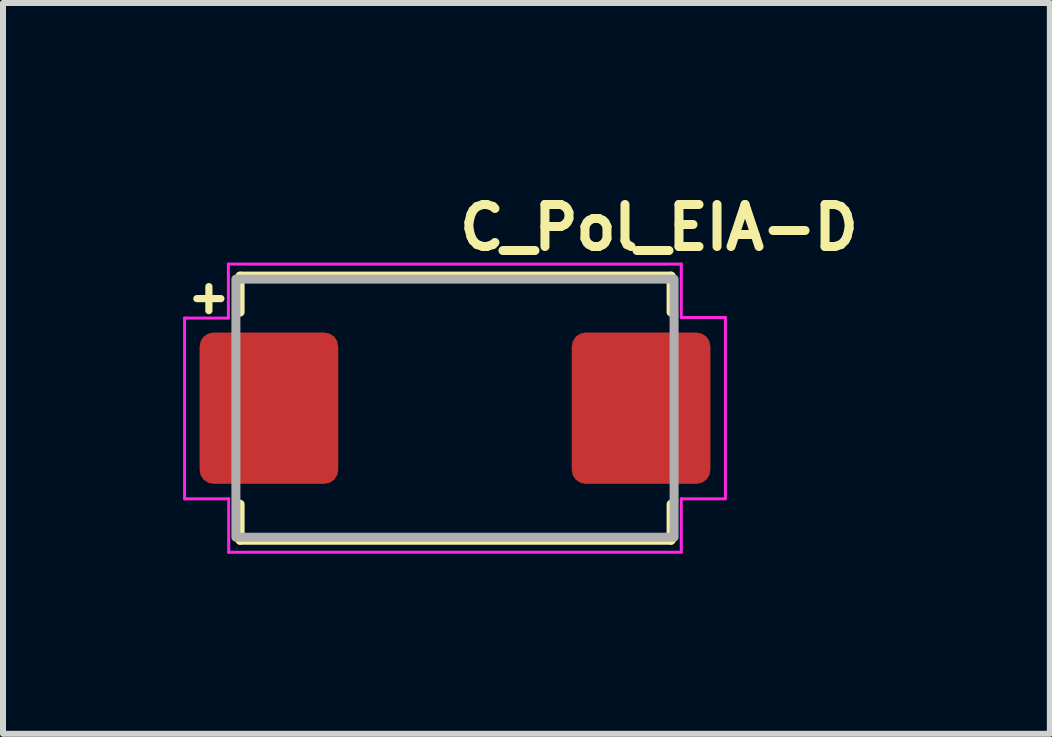
<source format=kicad_pcb>
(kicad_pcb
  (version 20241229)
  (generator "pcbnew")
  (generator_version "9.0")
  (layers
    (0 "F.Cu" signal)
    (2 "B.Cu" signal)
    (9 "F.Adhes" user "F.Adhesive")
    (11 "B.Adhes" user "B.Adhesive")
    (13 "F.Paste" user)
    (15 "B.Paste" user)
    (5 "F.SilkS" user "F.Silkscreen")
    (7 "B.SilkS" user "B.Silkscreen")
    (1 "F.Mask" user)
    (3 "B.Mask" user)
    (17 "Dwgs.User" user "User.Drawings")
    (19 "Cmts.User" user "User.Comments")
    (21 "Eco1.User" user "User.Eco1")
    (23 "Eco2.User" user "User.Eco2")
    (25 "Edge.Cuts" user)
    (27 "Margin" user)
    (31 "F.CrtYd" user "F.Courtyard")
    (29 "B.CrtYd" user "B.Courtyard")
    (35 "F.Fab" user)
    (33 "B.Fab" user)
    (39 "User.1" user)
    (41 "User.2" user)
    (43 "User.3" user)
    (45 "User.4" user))
  (footprint "C_Pol_EIA-D"
    (layer "F.Cu")
    (at 4.53 3.75)
    (property "Reference" "C_Pol_EIA-D" (at 0 -2.6 0) (layer "F.SilkS") (effects (font (size 0.7 0.7) (thickness 0.15)) (justify left bottom)))
    (attr smd)
    (fp_line (start -4.3 -1.825) (end -3.9 -1.825) (stroke (width 0.12) (type solid)) (layer "F.SilkS"))
    (fp_line (start -4.1 -2.025) (end -4.1 -1.625) (stroke (width 0.12) (type solid)) (layer "F.SilkS"))
    (fp_line (start -3.58 -2.2) (end 3.6 -2.2) (stroke (width 0.15) (type solid)) (layer "F.SilkS"))
    (fp_line (start -3.58 -1.6) (end -3.58 -2.2) (stroke (width 0.15) (type solid)) (layer "F.SilkS"))
    (fp_line (start -3.58 2.2) (end -3.58 1.6) (stroke (width 0.15) (type solid)) (layer "F.SilkS"))
    (fp_line (start 3.6 -2.2) (end 3.6 -1.6) (stroke (width 0.15) (type solid)) (layer "F.SilkS"))
    (fp_line (start 3.6 1.6) (end 3.6 2.2) (stroke (width 0.15) (type solid)) (layer "F.SilkS"))
    (fp_line (start 3.6 2.2) (end -3.58 2.2) (stroke (width 0.15) (type solid)) (layer "F.SilkS"))
    (fp_line (start -4.505 1.51) (end -4.505 -1.5) (stroke (width 0.05) (type solid)) (layer "F.CrtYd"))
    (fp_line (start -3.775 -2.4) (end -3.775 -1.5) (stroke (width 0.05) (type solid)) (layer "F.CrtYd"))
    (fp_line (start -3.775 -2.4) (end 3.77 -2.4) (stroke (width 0.05) (type solid)) (layer "F.CrtYd"))
    (fp_line (start -3.775 -1.5) (end -4.505 -1.5) (stroke (width 0.05) (type solid)) (layer "F.CrtYd"))
    (fp_line (start -3.77 1.51) (end -4.505 1.51) (stroke (width 0.05) (type solid)) (layer "F.CrtYd"))
    (fp_line (start -3.77 2.4) (end -3.77 1.51) (stroke (width 0.05) (type solid)) (layer "F.CrtYd"))
    (fp_line (start 3.77 -2.4) (end 3.77 -1.51) (stroke (width 0.05) (type solid)) (layer "F.CrtYd"))
    (fp_line (start 3.77 -1.51) (end 4.505 -1.51) (stroke (width 0.05) (type solid)) (layer "F.CrtYd"))
    (fp_line (start 3.77 1.51) (end 3.77 2.4) (stroke (width 0.05) (type solid)) (layer "F.CrtYd"))
    (fp_line (start 3.77 2.4) (end -3.77 2.4) (stroke (width 0.05) (type solid)) (layer "F.CrtYd"))
    (fp_line (start 4.505 -1.51) (end 4.505 1.5) (stroke (width 0.05) (type solid)) (layer "F.CrtYd"))
    (fp_line (start 4.505 1.51) (end 3.77 1.51) (stroke (width 0.05) (type solid)) (layer "F.CrtYd"))
    (fp_rect (start -3.65 -2.15) (end 3.65 2.15) (stroke (width 0.15) (type solid)) (fill no) (layer "F.Fab"))
    (fp_rect (start -3.65 -2.15) (end 3.65 2.15) (stroke (width 0.1) (type solid)) (fill no) (layer "User.5"))
    (fp_rect (start -3.65 -2.15) (end 3.65 2.15) (stroke (width 0.15) (type solid)) (fill no) (layer "User.5"))
    (fp_line (start -3.65 1.199) (end -3.65 -1.2) (stroke (width 0.02) (type solid)) (layer "User.9"))
    (fp_line (start -3.519 -2.149) (end -3.519 2.148) (stroke (width 0.02) (type solid)) (layer "User.9"))
    (fp_line (start -3.519 -1.2) (end -3.65 -1.2) (stroke (width 0.02) (type solid)) (layer "User.9"))
    (fp_line (start -3.519 1.199) (end -3.65 1.199) (stroke (width 0.02) (type solid)) (layer "User.9"))
    (fp_line (start -3.519 1.199) (end -3.519 -1.2) (stroke (width 0.02) (type solid)) (layer "User.9"))
    (fp_line (start -3.519 2.148) (end 3.519 2.148) (stroke (width 0.02) (type solid)) (layer "User.9"))
    (fp_line (start -3.333 -1.964) (end -3.519 -2.149) (stroke (width 0.02) (type solid)) (layer "User.9"))
    (fp_line (start -3.333 -1.964) (end -3.333 1.961) (stroke (width 0.02) (type solid)) (layer "User.9"))
    (fp_line (start -3.333 1.961) (end -3.519 2.148) (stroke (width 0.02) (type solid)) (layer "User.9"))
    (fp_line (start -3.333 1.961) (end 3.333 1.961) (stroke (width 0.02) (type solid)) (layer "User.9"))
    (fp_line (start -3.089 -1.8) (end -3.089 -0.14) (stroke (width 0.02) (type solid)) (layer "User.9"))
    (fp_line (start -3.089 0.14) (end -3.089 1.8) (stroke (width 0.02) (type solid)) (layer "User.9"))
    (fp_line (start -3.089 1.8) (end -2.589 1.8) (stroke (width 0.02) (type solid)) (layer "User.9"))
    (fp_line (start -2.589 -1.8) (end -3.089 -1.8) (stroke (width 0.02) (type solid)) (layer "User.9"))
    (fp_line (start -2.589 -0.14) (end -2.589 -1.8) (stroke (width 0.02) (type solid)) (layer "User.9"))
    (fp_line (start -2.589 1.8) (end -2.589 0.14) (stroke (width 0.02) (type solid)) (layer "User.9"))
    (fp_line (start 3.333 -1.964) (end -3.333 -1.964) (stroke (width 0.02) (type solid)) (layer "User.9"))
    (fp_line (start 3.333 -1.964) (end 3.519 -2.149) (stroke (width 0.02) (type solid)) (layer "User.9"))
    (fp_line (start 3.333 1.961) (end 3.333 -1.964) (stroke (width 0.02) (type solid)) (layer "User.9"))
    (fp_line (start 3.333 1.961) (end 3.519 2.148) (stroke (width 0.02) (type solid)) (layer "User.9"))
    (fp_line (start 3.519 -2.149) (end -3.519 -2.149) (stroke (width 0.02) (type solid)) (layer "User.9"))
    (fp_line (start 3.519 -1.2) (end 3.649 -1.2) (stroke (width 0.02) (type solid)) (layer "User.9"))
    (fp_line (start 3.519 1.199) (end 3.519 -1.2) (stroke (width 0.02) (type solid)) (layer "User.9"))
    (fp_line (start 3.519 1.199) (end 3.649 1.199) (stroke (width 0.02) (type solid)) (layer "User.9"))
    (fp_line (start 3.519 2.148) (end 3.519 -2.149) (stroke (width 0.02) (type solid)) (layer "User.9"))
    (fp_line (start 3.649 1.199) (end 3.649 -1.2) (stroke (width 0.02) (type solid)) (layer "User.9"))
    (fp_arc (start -3.089 -0.14) (mid -2.839 -0.234) (end -2.589 -0.14) (stroke (width 0.02) (type solid)) (layer "User.9"))
    (fp_arc (start -2.589 0.14) (mid -2.839 0.235) (end -3.089 0.14) (stroke (width 0.02) (type solid)) (layer "User.9"))
    (pad "1" smd roundrect (at -3.1 0) (size 2.31 2.52) (layers "F.Cu" "F.Mask" "F.Paste") (roundrect_rratio 0.1))
    (pad "2" smd roundrect (at 3.1 0) (size 2.31 2.52) (layers "F.Cu" "F.Mask" "F.Paste") (roundrect_rratio 0.1)))
  (gr_rect
    (start -3 -3)
    (end 14.44 9.175)
    (stroke (width 0.1) (type default))
    (fill no)
    (layer "Edge.Cuts")))
</source>
